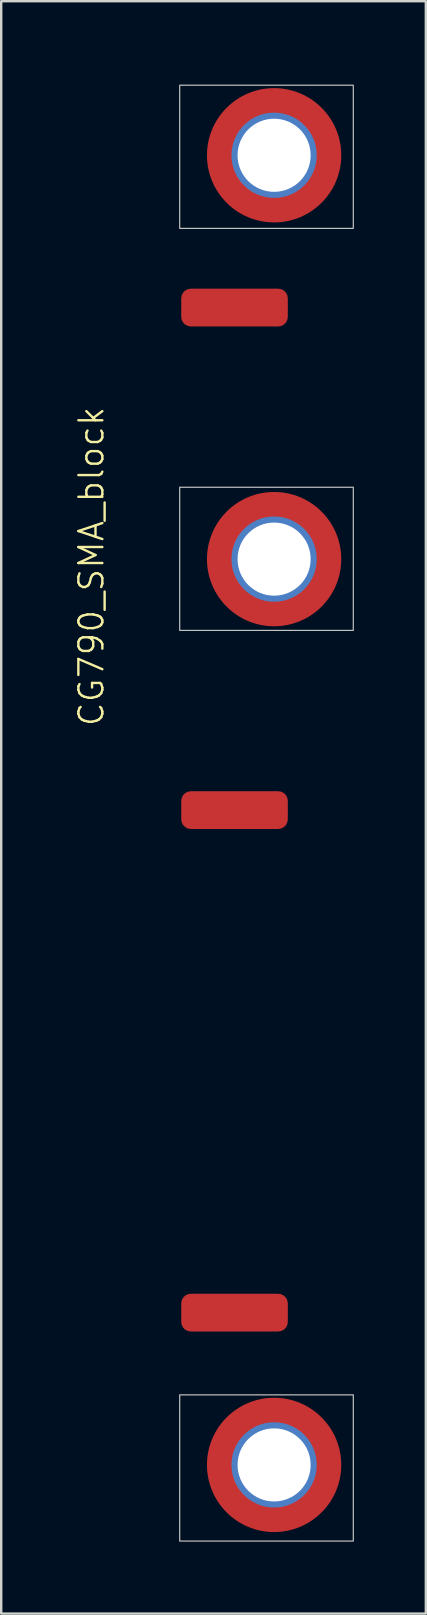
<source format=kicad_pcb>
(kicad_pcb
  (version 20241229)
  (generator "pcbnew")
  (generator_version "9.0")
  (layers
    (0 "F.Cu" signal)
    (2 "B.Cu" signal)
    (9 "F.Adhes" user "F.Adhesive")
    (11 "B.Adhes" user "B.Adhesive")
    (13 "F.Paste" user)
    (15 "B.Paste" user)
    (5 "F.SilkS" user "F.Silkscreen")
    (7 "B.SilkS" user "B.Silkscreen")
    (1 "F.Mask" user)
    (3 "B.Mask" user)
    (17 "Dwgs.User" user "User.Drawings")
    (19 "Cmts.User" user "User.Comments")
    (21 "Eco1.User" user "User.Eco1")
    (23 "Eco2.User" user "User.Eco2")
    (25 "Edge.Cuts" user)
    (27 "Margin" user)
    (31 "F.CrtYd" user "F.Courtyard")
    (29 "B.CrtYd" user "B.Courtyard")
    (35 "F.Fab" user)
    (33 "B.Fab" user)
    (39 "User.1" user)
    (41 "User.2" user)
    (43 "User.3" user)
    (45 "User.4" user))
  (footprint "CG790_SMA_block"
    (layer "F.Cu")
    (at 8.38 0.25)
    (property "Reference" "CG790_SMA_block" (at -7.62 20.32 90) (unlocked yes) (layer "F.SilkS") (effects (font (size 1 1) (thickness 0.1))))
    (attr through_hole)
    (fp_rect (start -3.937 0.254) (end 3.302 6.223) (stroke (width 0.05) (type default)) (fill no) (layer "Dwgs.User"))
    (fp_rect (start -3.937 17.018) (end 3.302 22.987) (stroke (width 0.05) (type default)) (fill no) (layer "Dwgs.User"))
    (fp_rect (start -3.937 54.864) (end 3.302 60.96) (stroke (width 0.05) (type default)) (fill no) (layer "Dwgs.User"))
    (pad "1" connect roundrect (at -1.651 9.525) (size 4.445 1.575) (layers "F.Cu" "F.Mask") (roundrect_rratio 0.256))
    (pad "2" connect roundrect (at -1.651 30.48) (size 4.445 1.575) (layers "F.Cu" "F.Mask") (roundrect_rratio 0.256))
    (pad "3" connect roundrect (at -1.651 51.435) (size 4.445 1.575) (layers "F.Cu" "F.Mask") (roundrect_rratio 0.256))
    (pad "4" thru_hole circle (at 0 3.175) (size 3.556 3.556) (drill 3.048) (layers "*.Cu" "*.Mask"))
    (pad "4" connect circle (at 0 3.175) (size 5.6 5.6) (layers "F.Cu" "F.Mask"))
    (pad "4" thru_hole circle (at 0 20.015) (size 3.556 3.556) (drill 3.048) (layers "*.Cu" "*.Mask"))
    (pad "4" connect circle (at 0 20.015) (size 5.6 5.6) (layers "F.Cu" "F.Mask"))
    (pad "4" thru_hole circle (at 0 57.785) (size 3.556 3.556) (drill 3.048) (layers "*.Cu" "*.Mask"))
    (pad "4" connect circle (at 0 57.785) (size 5.6 5.6) (layers "F.Cu" "F.Mask")))
  (gr_rect
    (start -3 -3)
    (end 14.707 64.235)
    (stroke (width 0.1) (type default))
    (fill no)
    (layer "Edge.Cuts")))
</source>
